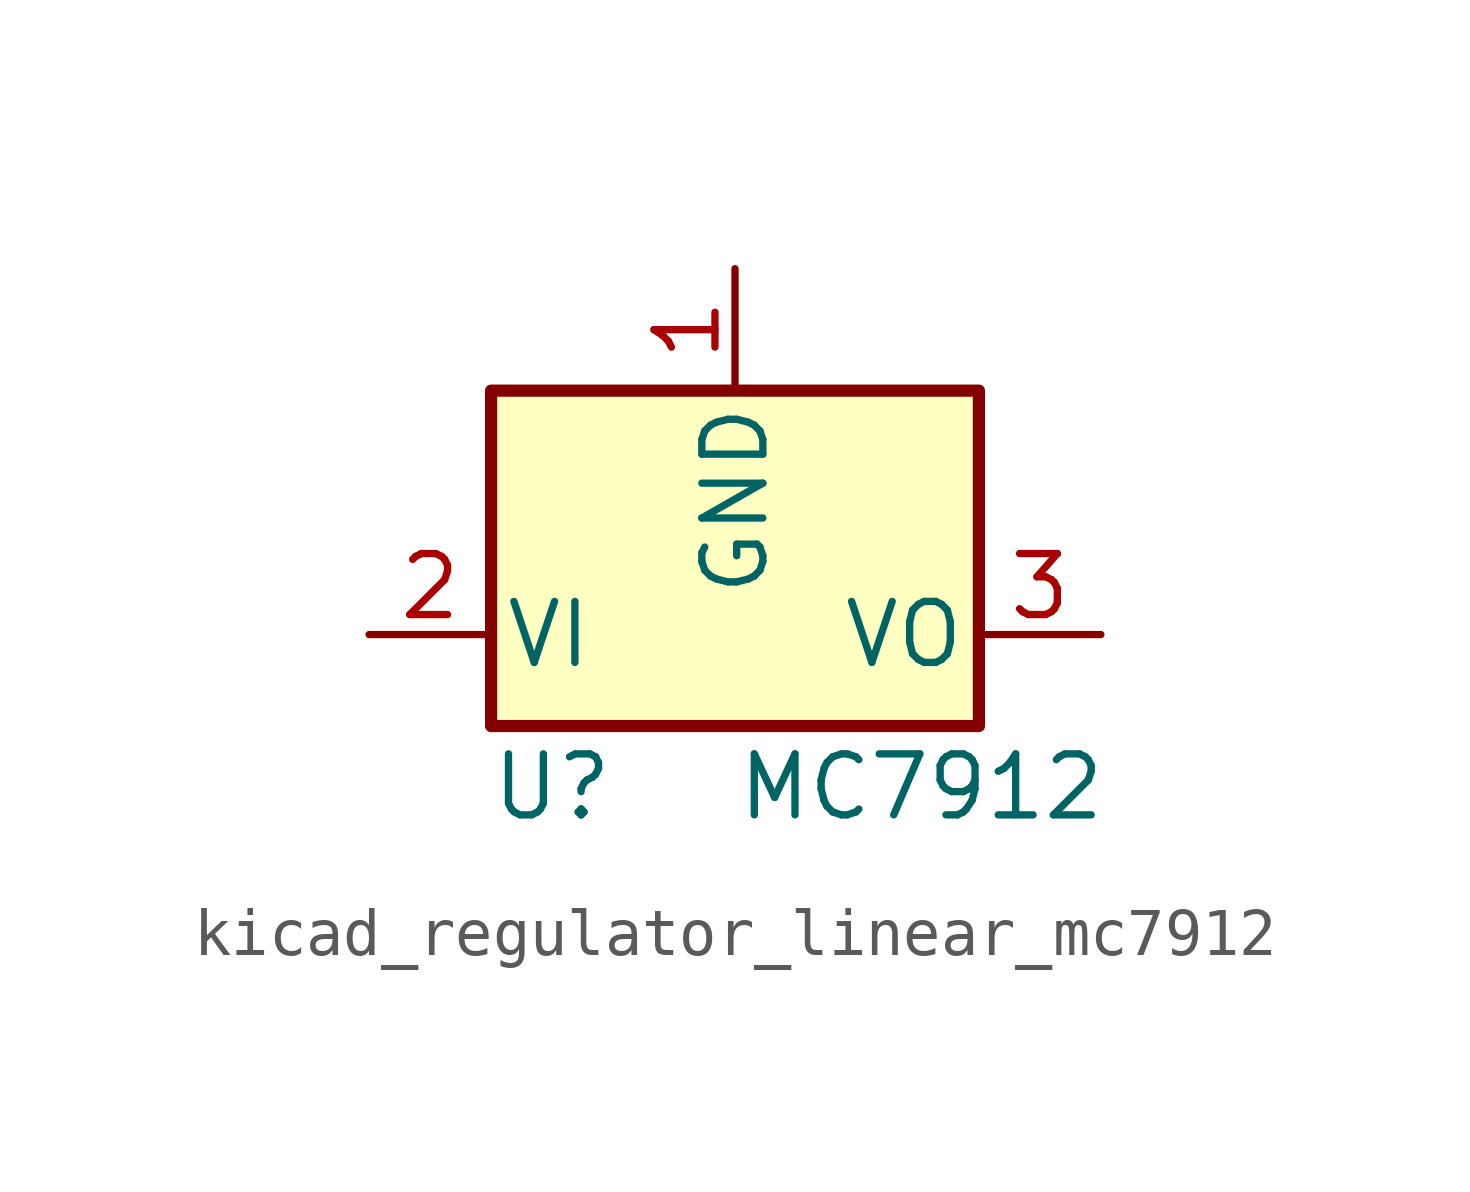
<source format=kicad_sym>
(kicad_symbol_lib
  (version 20220914)
  (generator kicad_symbol_editor)
  (symbol "kicad_regulator_linear_mc7912"
    (pin_names
      (offset 0.254))
    (property "Reference" "U"
      (at -3.81 -3.175 0)
      (effects (font (size 1.27 1.27))))
    (property "Value" "MC7912"
      (at 0 -3.175 0)
      (effects (font (size 1.27 1.27)) (justify left)))
    (symbol "kicad_regulator_linear_mc7912_0_1"
      (rectangle (start -5.08 5.08) (end 5.08 -1.905) (stroke (width 0.254) (type default)) (fill (type background))))
    (symbol "kicad_regulator_linear_mc7912_1_1"
      (pin power_in line (at 0 7.62 270) (length 2.54) (name "GND" (effects (font (size 1.27 1.27)))) (number "1" (effects (font (size 1.27 1.27)))))
      (pin power_in line (at -7.62 0 0) (length 2.54) (name "VI" (effects (font (size 1.27 1.27)))) (number "2" (effects (font (size 1.27 1.27)))))
      (pin power_out line (at 7.62 0 180) (length 2.54) (name "VO" (effects (font (size 1.27 1.27)))) (number "3" (effects (font (size 1.27 1.27))))))))
</source>
